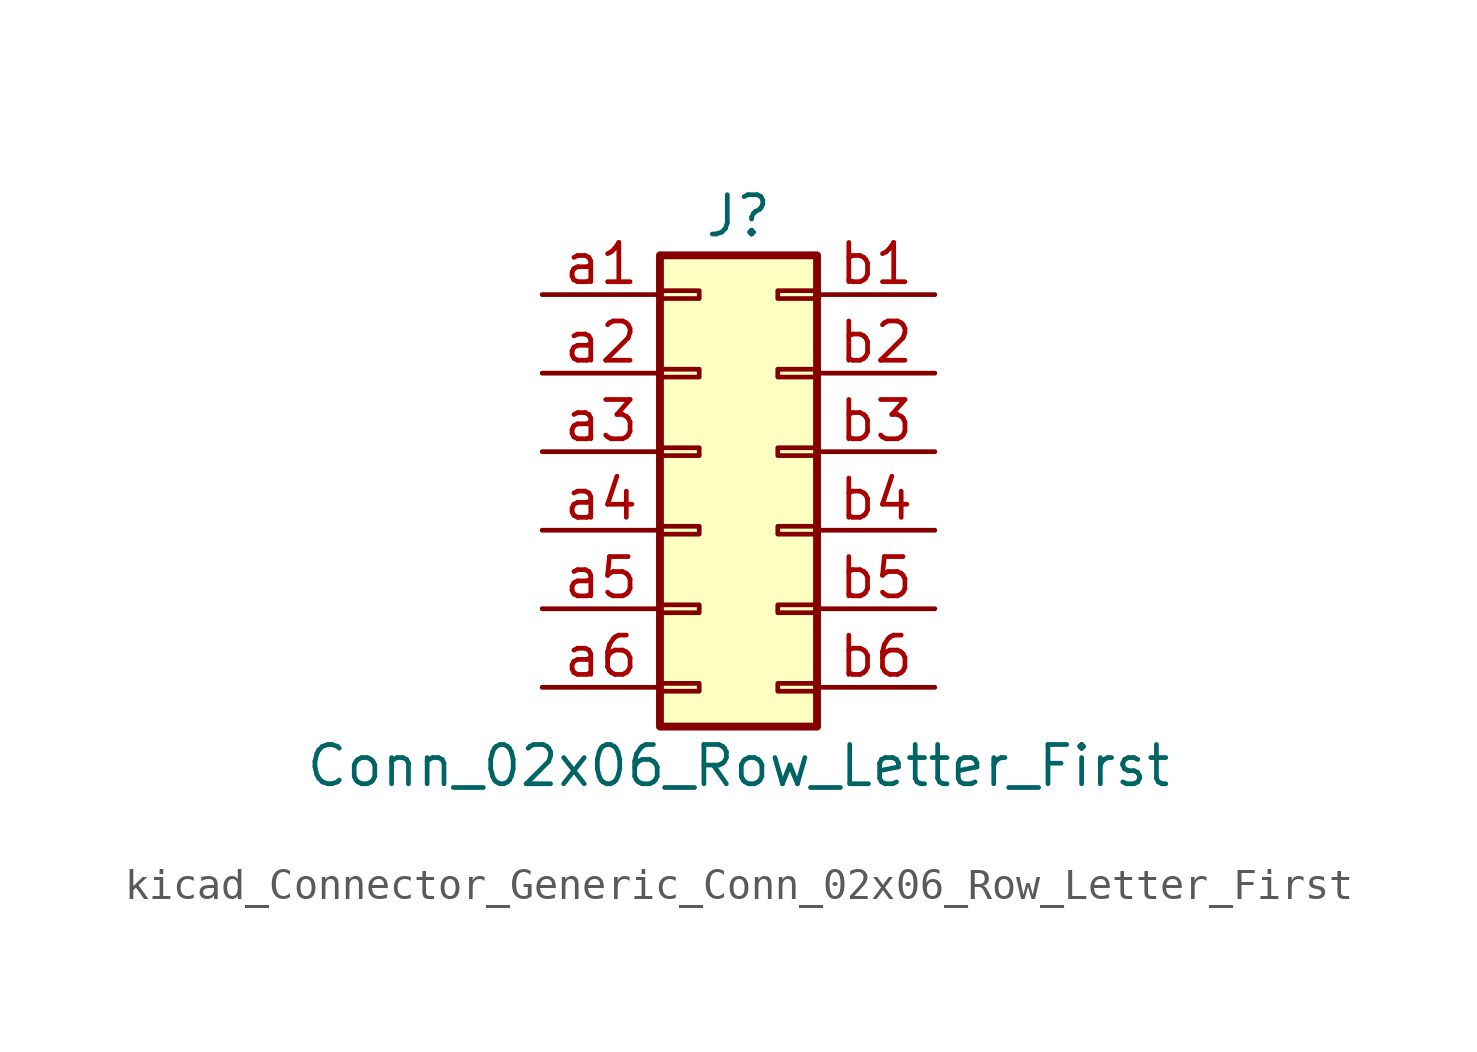
<source format=kicad_sym>
(kicad_symbol_lib
  (version 20220914)
  (generator kicad_symbol_editor)
  (symbol "kicad_Connector_Generic_Conn_02x06_Row_Letter_First"
    (pin_names
      (offset 1.016) hide)
    (property "Reference" "J"
      (at 1.27 7.62 0)
      (effects (font (size 1.27 1.27))))
    (property "Value" "Conn_02x06_Row_Letter_First"
      (at 1.27 -10.16 0)
      (effects (font (size 1.27 1.27))))
    (symbol "kicad_Connector_Generic_Conn_02x06_Row_Letter_First_1_1"
      (rectangle (start -1.27 -7.493) (end 0 -7.747) (stroke (width 0.152) (type default)) (fill (type none)))
      (rectangle (start -1.27 -4.953) (end 0 -5.207) (stroke (width 0.152) (type default)) (fill (type none)))
      (rectangle (start -1.27 -2.413) (end 0 -2.667) (stroke (width 0.152) (type default)) (fill (type none)))
      (rectangle (start -1.27 0.127) (end 0 -0.127) (stroke (width 0.152) (type default)) (fill (type none)))
      (rectangle (start -1.27 2.667) (end 0 2.413) (stroke (width 0.152) (type default)) (fill (type none)))
      (rectangle (start -1.27 5.207) (end 0 4.953) (stroke (width 0.152) (type default)) (fill (type none)))
      (rectangle (start -1.27 6.35) (end 3.81 -8.89) (stroke (width 0.254) (type default)) (fill (type background)))
      (rectangle (start 3.81 -7.493) (end 2.54 -7.747) (stroke (width 0.152) (type default)) (fill (type none)))
      (rectangle (start 3.81 -4.953) (end 2.54 -5.207) (stroke (width 0.152) (type default)) (fill (type none)))
      (rectangle (start 3.81 -2.413) (end 2.54 -2.667) (stroke (width 0.152) (type default)) (fill (type none)))
      (rectangle (start 3.81 0.127) (end 2.54 -0.127) (stroke (width 0.152) (type default)) (fill (type none)))
      (rectangle (start 3.81 2.667) (end 2.54 2.413) (stroke (width 0.152) (type default)) (fill (type none)))
      (rectangle (start 3.81 5.207) (end 2.54 4.953) (stroke (width 0.152) (type default)) (fill (type none)))
      (pin passive line (at -5.08 5.08 0) (length 3.81) (name "Pin_a1" (effects (font (size 1.27 1.27)))) (number "a1" (effects (font (size 1.27 1.27)))))
      (pin passive line (at -5.08 2.54 0) (length 3.81) (name "Pin_a2" (effects (font (size 1.27 1.27)))) (number "a2" (effects (font (size 1.27 1.27)))))
      (pin passive line (at -5.08 0 0) (length 3.81) (name "Pin_a3" (effects (font (size 1.27 1.27)))) (number "a3" (effects (font (size 1.27 1.27)))))
      (pin passive line (at -5.08 -2.54 0) (length 3.81) (name "Pin_a4" (effects (font (size 1.27 1.27)))) (number "a4" (effects (font (size 1.27 1.27)))))
      (pin passive line (at -5.08 -5.08 0) (length 3.81) (name "Pin_a5" (effects (font (size 1.27 1.27)))) (number "a5" (effects (font (size 1.27 1.27)))))
      (pin passive line (at -5.08 -7.62 0) (length 3.81) (name "Pin_a6" (effects (font (size 1.27 1.27)))) (number "a6" (effects (font (size 1.27 1.27)))))
      (pin passive line (at 7.62 5.08 180) (length 3.81) (name "Pin_b1" (effects (font (size 1.27 1.27)))) (number "b1" (effects (font (size 1.27 1.27)))))
      (pin passive line (at 7.62 2.54 180) (length 3.81) (name "Pin_b2" (effects (font (size 1.27 1.27)))) (number "b2" (effects (font (size 1.27 1.27)))))
      (pin passive line (at 7.62 0 180) (length 3.81) (name "Pin_b3" (effects (font (size 1.27 1.27)))) (number "b3" (effects (font (size 1.27 1.27)))))
      (pin passive line (at 7.62 -2.54 180) (length 3.81) (name "Pin_b4" (effects (font (size 1.27 1.27)))) (number "b4" (effects (font (size 1.27 1.27)))))
      (pin passive line (at 7.62 -5.08 180) (length 3.81) (name "Pin_b5" (effects (font (size 1.27 1.27)))) (number "b5" (effects (font (size 1.27 1.27)))))
      (pin passive line (at 7.62 -7.62 180) (length 3.81) (name "Pin_b6" (effects (font (size 1.27 1.27)))) (number "b6" (effects (font (size 1.27 1.27))))))))
</source>
